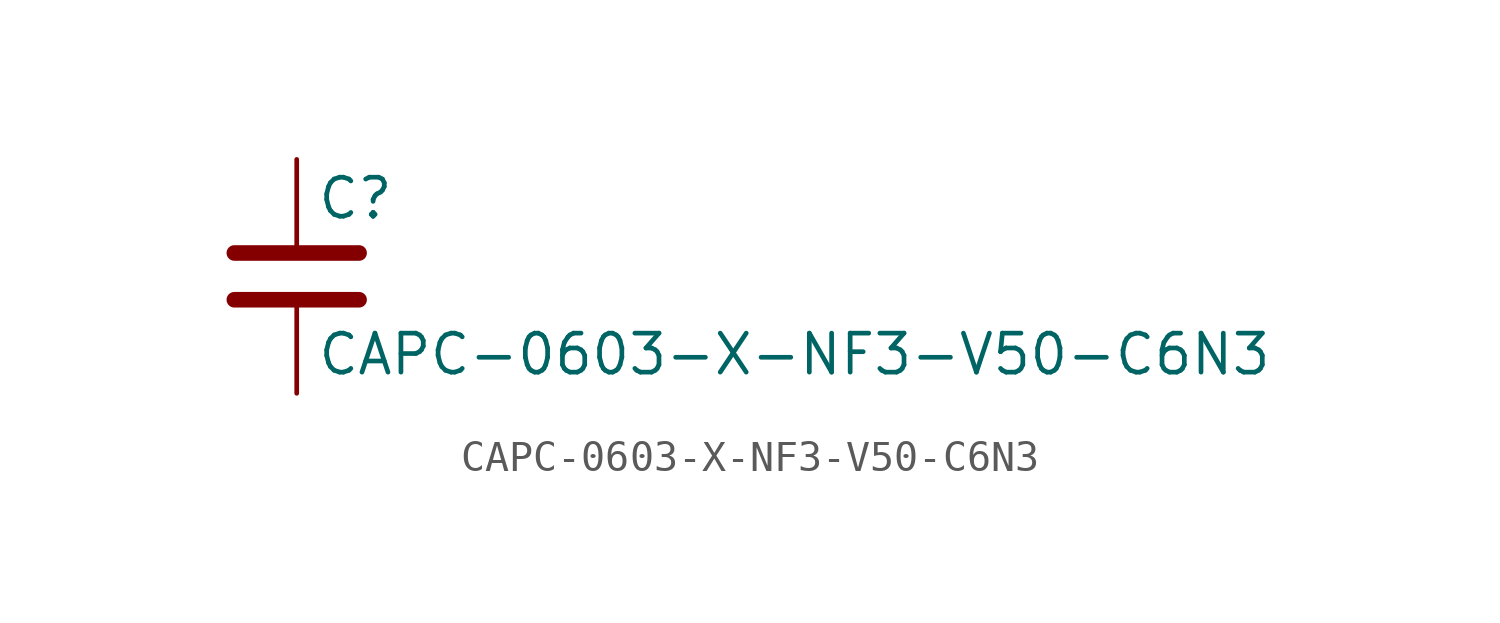
<source format=kicad_sym>
(kicad_symbol_lib
  (version 20211014)
  (generator kicad_symbol_editor)
  (symbol "CAPC-0603-X-NF3-V50-C6N3"
    (pin_numbers hide)
    (pin_names
      (offset 0.254))
    (property "Reference" "C"
      (at 0.635 2.54 0)
      (effects (font (size 1.27 1.27)) (justify left)))
    (property "Value" "CAPC-0603-X-NF3-V50-C6N3"
      (at 0.635 -2.54 0)
      (effects (font (size 1.27 1.27)) (justify left)))
    (symbol "CAPC-0603-X-NF3-V50-C6N3_0_1"
      (polyline (pts (xy -2.032 -0.762) (xy 2.032 -0.762)) (stroke (width 0.508) (type default) (color 0 0 0 0)) (fill (type none)))
      (polyline (pts (xy -2.032 0.762) (xy 2.032 0.762)) (stroke (width 0.508) (type default) (color 0 0 0 0)) (fill (type none))))
    (symbol "CAPC-0603-X-NF3-V50-C6N3_1_1"
      (pin passive line (at 0 3.81 270) (length 2.794) (name "~" (effects (font (size 1.27 1.27)))) (number "1" (effects (font (size 1.27 1.27)))))
      (pin passive line (at 0 -3.81 90) (length 2.794) (name "~" (effects (font (size 1.27 1.27)))) (number "2" (effects (font (size 1.27 1.27))))))))
</source>
